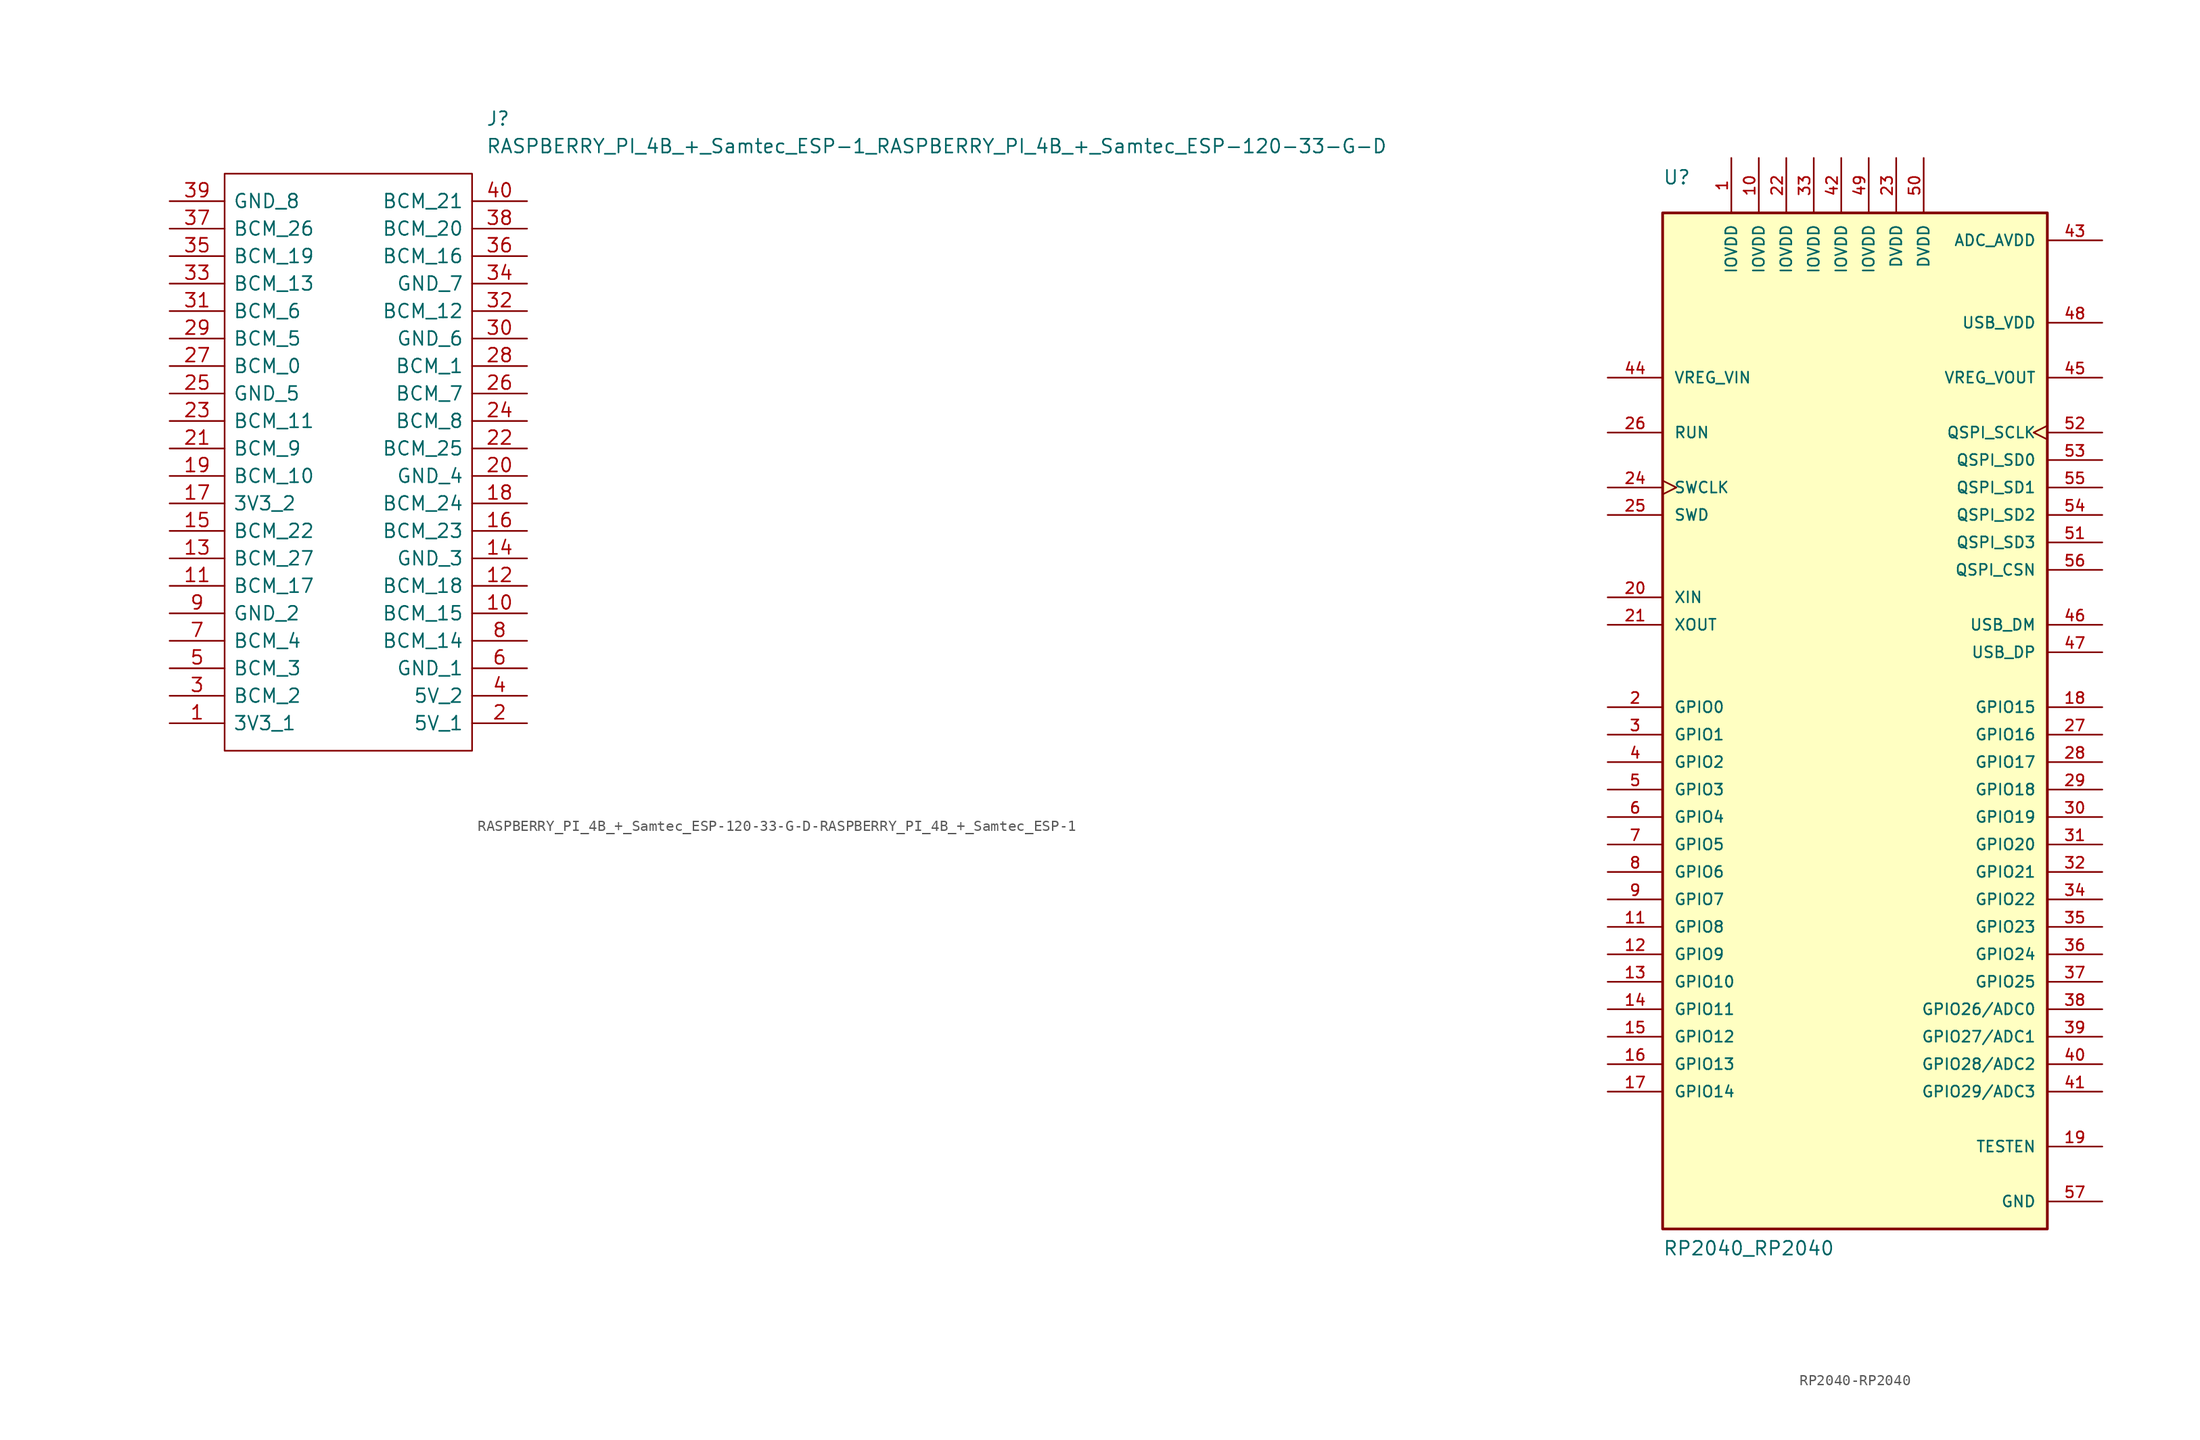
<source format=kicad_sym>
(kicad_symbol_lib
  (version 20220914)
  (generator kicad_symbol_editor)
  (symbol "RASPBERRY_PI_4B_+_Samtec_ESP-120-33-G-D-RASPBERRY_PI_4B_+_Samtec_ESP-1"
    (pin_names
      (offset 0.762))
    (property "Reference" "J"
      (at 29.21 7.62 0)
      (effects (font (size 1.27 1.27)) (justify left)))
    (property "Value" "RASPBERRY_PI_4B_+_Samtec_ESP-1_RASPBERRY_PI_4B_+_Samtec_ESP-120-33-G-D"
      (at 29.21 5.08 0)
      (effects (font (size 1.27 1.27)) (justify left)))
    (symbol "RASPBERRY_PI_4B_+_Samtec_ESP-120-33-G-D-RASPBERRY_PI_4B_+_Samtec_ESP-1_0_0"
      (pin power_in line (at 0 -48.26 0) (length 5.08) (name "3V3_1" (effects (font (size 1.27 1.27)))) (number "1" (effects (font (size 1.27 1.27)))))
      (pin passive line (at 33.02 -38.1 180) (length 5.08) (name "BCM_15" (effects (font (size 1.27 1.27)))) (number "10" (effects (font (size 1.27 1.27)))))
      (pin passive line (at 0 -35.56 0) (length 5.08) (name "BCM_17" (effects (font (size 1.27 1.27)))) (number "11" (effects (font (size 1.27 1.27)))))
      (pin passive line (at 33.02 -35.56 180) (length 5.08) (name "BCM_18" (effects (font (size 1.27 1.27)))) (number "12" (effects (font (size 1.27 1.27)))))
      (pin passive line (at 0 -33.02 0) (length 5.08) (name "BCM_27" (effects (font (size 1.27 1.27)))) (number "13" (effects (font (size 1.27 1.27)))))
      (pin power_in line (at 33.02 -33.02 180) (length 5.08) (name "GND_3" (effects (font (size 1.27 1.27)))) (number "14" (effects (font (size 1.27 1.27)))))
      (pin passive line (at 0 -30.48 0) (length 5.08) (name "BCM_22" (effects (font (size 1.27 1.27)))) (number "15" (effects (font (size 1.27 1.27)))))
      (pin passive line (at 33.02 -30.48 180) (length 5.08) (name "BCM_23" (effects (font (size 1.27 1.27)))) (number "16" (effects (font (size 1.27 1.27)))))
      (pin power_in line (at 0 -27.94 0) (length 5.08) (name "3V3_2" (effects (font (size 1.27 1.27)))) (number "17" (effects (font (size 1.27 1.27)))))
      (pin passive line (at 33.02 -27.94 180) (length 5.08) (name "BCM_24" (effects (font (size 1.27 1.27)))) (number "18" (effects (font (size 1.27 1.27)))))
      (pin passive line (at 0 -25.4 0) (length 5.08) (name "BCM_10" (effects (font (size 1.27 1.27)))) (number "19" (effects (font (size 1.27 1.27)))))
      (pin power_in line (at 33.02 -48.26 180) (length 5.08) (name "5V_1" (effects (font (size 1.27 1.27)))) (number "2" (effects (font (size 1.27 1.27)))))
      (pin power_in line (at 33.02 -25.4 180) (length 5.08) (name "GND_4" (effects (font (size 1.27 1.27)))) (number "20" (effects (font (size 1.27 1.27)))))
      (pin passive line (at 0 -22.86 0) (length 5.08) (name "BCM_9" (effects (font (size 1.27 1.27)))) (number "21" (effects (font (size 1.27 1.27)))))
      (pin passive line (at 33.02 -22.86 180) (length 5.08) (name "BCM_25" (effects (font (size 1.27 1.27)))) (number "22" (effects (font (size 1.27 1.27)))))
      (pin passive line (at 0 -20.32 0) (length 5.08) (name "BCM_11" (effects (font (size 1.27 1.27)))) (number "23" (effects (font (size 1.27 1.27)))))
      (pin passive line (at 33.02 -20.32 180) (length 5.08) (name "BCM_8" (effects (font (size 1.27 1.27)))) (number "24" (effects (font (size 1.27 1.27)))))
      (pin power_in line (at 0 -17.78 0) (length 5.08) (name "GND_5" (effects (font (size 1.27 1.27)))) (number "25" (effects (font (size 1.27 1.27)))))
      (pin passive line (at 33.02 -17.78 180) (length 5.08) (name "BCM_7" (effects (font (size 1.27 1.27)))) (number "26" (effects (font (size 1.27 1.27)))))
      (pin passive line (at 0 -15.24 0) (length 5.08) (name "BCM_0" (effects (font (size 1.27 1.27)))) (number "27" (effects (font (size 1.27 1.27)))))
      (pin passive line (at 33.02 -15.24 180) (length 5.08) (name "BCM_1" (effects (font (size 1.27 1.27)))) (number "28" (effects (font (size 1.27 1.27)))))
      (pin passive line (at 0 -12.7 0) (length 5.08) (name "BCM_5" (effects (font (size 1.27 1.27)))) (number "29" (effects (font (size 1.27 1.27)))))
      (pin passive line (at 0 -45.72 0) (length 5.08) (name "BCM_2" (effects (font (size 1.27 1.27)))) (number "3" (effects (font (size 1.27 1.27)))))
      (pin power_in line (at 33.02 -12.7 180) (length 5.08) (name "GND_6" (effects (font (size 1.27 1.27)))) (number "30" (effects (font (size 1.27 1.27)))))
      (pin passive line (at 0 -10.16 0) (length 5.08) (name "BCM_6" (effects (font (size 1.27 1.27)))) (number "31" (effects (font (size 1.27 1.27)))))
      (pin passive line (at 33.02 -10.16 180) (length 5.08) (name "BCM_12" (effects (font (size 1.27 1.27)))) (number "32" (effects (font (size 1.27 1.27)))))
      (pin passive line (at 0 -7.62 0) (length 5.08) (name "BCM_13" (effects (font (size 1.27 1.27)))) (number "33" (effects (font (size 1.27 1.27)))))
      (pin power_in line (at 33.02 -7.62 180) (length 5.08) (name "GND_7" (effects (font (size 1.27 1.27)))) (number "34" (effects (font (size 1.27 1.27)))))
      (pin passive line (at 0 -5.08 0) (length 5.08) (name "BCM_19" (effects (font (size 1.27 1.27)))) (number "35" (effects (font (size 1.27 1.27)))))
      (pin passive line (at 33.02 -5.08 180) (length 5.08) (name "BCM_16" (effects (font (size 1.27 1.27)))) (number "36" (effects (font (size 1.27 1.27)))))
      (pin passive line (at 0 -2.54 0) (length 5.08) (name "BCM_26" (effects (font (size 1.27 1.27)))) (number "37" (effects (font (size 1.27 1.27)))))
      (pin passive line (at 33.02 -2.54 180) (length 5.08) (name "BCM_20" (effects (font (size 1.27 1.27)))) (number "38" (effects (font (size 1.27 1.27)))))
      (pin power_in line (at 0 0 0) (length 5.08) (name "GND_8" (effects (font (size 1.27 1.27)))) (number "39" (effects (font (size 1.27 1.27)))))
      (pin power_in line (at 33.02 -45.72 180) (length 5.08) (name "5V_2" (effects (font (size 1.27 1.27)))) (number "4" (effects (font (size 1.27 1.27)))))
      (pin passive line (at 33.02 0 180) (length 5.08) (name "BCM_21" (effects (font (size 1.27 1.27)))) (number "40" (effects (font (size 1.27 1.27)))))
      (pin passive line (at 0 -43.18 0) (length 5.08) (name "BCM_3" (effects (font (size 1.27 1.27)))) (number "5" (effects (font (size 1.27 1.27)))))
      (pin power_in line (at 33.02 -43.18 180) (length 5.08) (name "GND_1" (effects (font (size 1.27 1.27)))) (number "6" (effects (font (size 1.27 1.27)))))
      (pin passive line (at 0 -40.64 0) (length 5.08) (name "BCM_4" (effects (font (size 1.27 1.27)))) (number "7" (effects (font (size 1.27 1.27)))))
      (pin passive line (at 33.02 -40.64 180) (length 5.08) (name "BCM_14" (effects (font (size 1.27 1.27)))) (number "8" (effects (font (size 1.27 1.27)))))
      (pin power_in line (at 0 -38.1 0) (length 5.08) (name "GND_2" (effects (font (size 1.27 1.27)))) (number "9" (effects (font (size 1.27 1.27))))))
    (symbol "RASPBERRY_PI_4B_+_Samtec_ESP-120-33-G-D-RASPBERRY_PI_4B_+_Samtec_ESP-1_0_1"
      (polyline (pts (xy 5.08 2.54) (xy 27.94 2.54) (xy 27.94 -50.8) (xy 5.08 -50.8) (xy 5.08 2.54)) (stroke (width 0.152) (type solid)) (fill (type none)))))
  (symbol "RP2040-RP2040"
    (pin_names
      (offset 1.016))
    (property "Reference" "U"
      (at -17.78 50.8 0)
      (effects (font (size 1.27 1.27)) (justify left bottom)))
    (property "Value" "RP2040_RP2040"
      (at -17.78 -48.26 0)
      (effects (font (size 1.27 1.27)) (justify left bottom)))
    (property "ki_locked" ""
      (at 0 0 0)
      (effects (font (size 1.27 1.27))))
    (symbol "RP2040-RP2040_0_0"
      (rectangle (start -17.78 -45.72) (end 17.78 48.26) (stroke (width 0.254) (type solid)) (fill (type background)))
      (pin power_in line (at -11.43 53.34 270) (length 5.08) (name "IOVDD" (effects (font (size 1.016 1.016)))) (number "1" (effects (font (size 1.016 1.016)))))
      (pin power_in line (at -8.89 53.34 270) (length 5.08) (name "IOVDD" (effects (font (size 1.016 1.016)))) (number "10" (effects (font (size 1.016 1.016)))))
      (pin bidirectional line (at -22.86 -17.78 0) (length 5.08) (name "GPIO8" (effects (font (size 1.016 1.016)))) (number "11" (effects (font (size 1.016 1.016)))))
      (pin bidirectional line (at -22.86 -20.32 0) (length 5.08) (name "GPIO9" (effects (font (size 1.016 1.016)))) (number "12" (effects (font (size 1.016 1.016)))))
      (pin bidirectional line (at -22.86 -22.86 0) (length 5.08) (name "GPIO10" (effects (font (size 1.016 1.016)))) (number "13" (effects (font (size 1.016 1.016)))))
      (pin bidirectional line (at -22.86 -25.4 0) (length 5.08) (name "GPIO11" (effects (font (size 1.016 1.016)))) (number "14" (effects (font (size 1.016 1.016)))))
      (pin bidirectional line (at -22.86 -27.94 0) (length 5.08) (name "GPIO12" (effects (font (size 1.016 1.016)))) (number "15" (effects (font (size 1.016 1.016)))))
      (pin bidirectional line (at -22.86 -30.48 0) (length 5.08) (name "GPIO13" (effects (font (size 1.016 1.016)))) (number "16" (effects (font (size 1.016 1.016)))))
      (pin bidirectional line (at -22.86 -33.02 0) (length 5.08) (name "GPIO14" (effects (font (size 1.016 1.016)))) (number "17" (effects (font (size 1.016 1.016)))))
      (pin bidirectional line (at 22.86 2.54 180) (length 5.08) (name "GPIO15" (effects (font (size 1.016 1.016)))) (number "18" (effects (font (size 1.016 1.016)))))
      (pin passive line (at 22.86 -38.1 180) (length 5.08) (name "TESTEN" (effects (font (size 1.016 1.016)))) (number "19" (effects (font (size 1.016 1.016)))))
      (pin bidirectional line (at -22.86 2.54 0) (length 5.08) (name "GPIO0" (effects (font (size 1.016 1.016)))) (number "2" (effects (font (size 1.016 1.016)))))
      (pin input line (at -22.86 12.7 0) (length 5.08) (name "XIN" (effects (font (size 1.016 1.016)))) (number "20" (effects (font (size 1.016 1.016)))))
      (pin output line (at -22.86 10.16 0) (length 5.08) (name "XOUT" (effects (font (size 1.016 1.016)))) (number "21" (effects (font (size 1.016 1.016)))))
      (pin power_in line (at -6.35 53.34 270) (length 5.08) (name "IOVDD" (effects (font (size 1.016 1.016)))) (number "22" (effects (font (size 1.016 1.016)))))
      (pin power_in line (at 3.81 53.34 270) (length 5.08) (name "DVDD" (effects (font (size 1.016 1.016)))) (number "23" (effects (font (size 1.016 1.016)))))
      (pin input clock (at -22.86 22.86 0) (length 5.08) (name "SWCLK" (effects (font (size 1.016 1.016)))) (number "24" (effects (font (size 1.016 1.016)))))
      (pin bidirectional line (at -22.86 20.32 0) (length 5.08) (name "SWD" (effects (font (size 1.016 1.016)))) (number "25" (effects (font (size 1.016 1.016)))))
      (pin input line (at -22.86 27.94 0) (length 5.08) (name "RUN" (effects (font (size 1.016 1.016)))) (number "26" (effects (font (size 1.016 1.016)))))
      (pin bidirectional line (at 22.86 0 180) (length 5.08) (name "GPIO16" (effects (font (size 1.016 1.016)))) (number "27" (effects (font (size 1.016 1.016)))))
      (pin bidirectional line (at 22.86 -2.54 180) (length 5.08) (name "GPIO17" (effects (font (size 1.016 1.016)))) (number "28" (effects (font (size 1.016 1.016)))))
      (pin bidirectional line (at 22.86 -5.08 180) (length 5.08) (name "GPIO18" (effects (font (size 1.016 1.016)))) (number "29" (effects (font (size 1.016 1.016)))))
      (pin bidirectional line (at -22.86 0 0) (length 5.08) (name "GPIO1" (effects (font (size 1.016 1.016)))) (number "3" (effects (font (size 1.016 1.016)))))
      (pin bidirectional line (at 22.86 -7.62 180) (length 5.08) (name "GPIO19" (effects (font (size 1.016 1.016)))) (number "30" (effects (font (size 1.016 1.016)))))
      (pin bidirectional line (at 22.86 -10.16 180) (length 5.08) (name "GPIO20" (effects (font (size 1.016 1.016)))) (number "31" (effects (font (size 1.016 1.016)))))
      (pin bidirectional line (at 22.86 -12.7 180) (length 5.08) (name "GPIO21" (effects (font (size 1.016 1.016)))) (number "32" (effects (font (size 1.016 1.016)))))
      (pin power_in line (at -3.81 53.34 270) (length 5.08) (name "IOVDD" (effects (font (size 1.016 1.016)))) (number "33" (effects (font (size 1.016 1.016)))))
      (pin bidirectional line (at 22.86 -15.24 180) (length 5.08) (name "GPIO22" (effects (font (size 1.016 1.016)))) (number "34" (effects (font (size 1.016 1.016)))))
      (pin bidirectional line (at 22.86 -17.78 180) (length 5.08) (name "GPIO23" (effects (font (size 1.016 1.016)))) (number "35" (effects (font (size 1.016 1.016)))))
      (pin bidirectional line (at 22.86 -20.32 180) (length 5.08) (name "GPIO24" (effects (font (size 1.016 1.016)))) (number "36" (effects (font (size 1.016 1.016)))))
      (pin bidirectional line (at 22.86 -22.86 180) (length 5.08) (name "GPIO25" (effects (font (size 1.016 1.016)))) (number "37" (effects (font (size 1.016 1.016)))))
      (pin bidirectional line (at 22.86 -25.4 180) (length 5.08) (name "GPIO26/ADC0" (effects (font (size 1.016 1.016)))) (number "38" (effects (font (size 1.016 1.016)))))
      (pin bidirectional line (at 22.86 -27.94 180) (length 5.08) (name "GPIO27/ADC1" (effects (font (size 1.016 1.016)))) (number "39" (effects (font (size 1.016 1.016)))))
      (pin bidirectional line (at -22.86 -2.54 0) (length 5.08) (name "GPIO2" (effects (font (size 1.016 1.016)))) (number "4" (effects (font (size 1.016 1.016)))))
      (pin bidirectional line (at 22.86 -30.48 180) (length 5.08) (name "GPIO28/ADC2" (effects (font (size 1.016 1.016)))) (number "40" (effects (font (size 1.016 1.016)))))
      (pin bidirectional line (at 22.86 -33.02 180) (length 5.08) (name "GPIO29/ADC3" (effects (font (size 1.016 1.016)))) (number "41" (effects (font (size 1.016 1.016)))))
      (pin power_in line (at -1.27 53.34 270) (length 5.08) (name "IOVDD" (effects (font (size 1.016 1.016)))) (number "42" (effects (font (size 1.016 1.016)))))
      (pin power_in line (at 22.86 45.72 180) (length 5.08) (name "ADC_AVDD" (effects (font (size 1.016 1.016)))) (number "43" (effects (font (size 1.016 1.016)))))
      (pin input line (at -22.86 33.02 0) (length 5.08) (name "VREG_VIN" (effects (font (size 1.016 1.016)))) (number "44" (effects (font (size 1.016 1.016)))))
      (pin output line (at 22.86 33.02 180) (length 5.08) (name "VREG_VOUT" (effects (font (size 1.016 1.016)))) (number "45" (effects (font (size 1.016 1.016)))))
      (pin bidirectional line (at 22.86 10.16 180) (length 5.08) (name "USB_DM" (effects (font (size 1.016 1.016)))) (number "46" (effects (font (size 1.016 1.016)))))
      (pin bidirectional line (at 22.86 7.62 180) (length 5.08) (name "USB_DP" (effects (font (size 1.016 1.016)))) (number "47" (effects (font (size 1.016 1.016)))))
      (pin power_in line (at 22.86 38.1 180) (length 5.08) (name "USB_VDD" (effects (font (size 1.016 1.016)))) (number "48" (effects (font (size 1.016 1.016)))))
      (pin power_in line (at 1.27 53.34 270) (length 5.08) (name "IOVDD" (effects (font (size 1.016 1.016)))) (number "49" (effects (font (size 1.016 1.016)))))
      (pin bidirectional line (at -22.86 -5.08 0) (length 5.08) (name "GPIO3" (effects (font (size 1.016 1.016)))) (number "5" (effects (font (size 1.016 1.016)))))
      (pin power_in line (at 6.35 53.34 270) (length 5.08) (name "DVDD" (effects (font (size 1.016 1.016)))) (number "50" (effects (font (size 1.016 1.016)))))
      (pin bidirectional line (at 22.86 17.78 180) (length 5.08) (name "QSPI_SD3" (effects (font (size 1.016 1.016)))) (number "51" (effects (font (size 1.016 1.016)))))
      (pin bidirectional clock (at 22.86 27.94 180) (length 5.08) (name "QSPI_SCLK" (effects (font (size 1.016 1.016)))) (number "52" (effects (font (size 1.016 1.016)))))
      (pin bidirectional line (at 22.86 25.4 180) (length 5.08) (name "QSPI_SD0" (effects (font (size 1.016 1.016)))) (number "53" (effects (font (size 1.016 1.016)))))
      (pin bidirectional line (at 22.86 20.32 180) (length 5.08) (name "QSPI_SD2" (effects (font (size 1.016 1.016)))) (number "54" (effects (font (size 1.016 1.016)))))
      (pin bidirectional line (at 22.86 22.86 180) (length 5.08) (name "QSPI_SD1" (effects (font (size 1.016 1.016)))) (number "55" (effects (font (size 1.016 1.016)))))
      (pin bidirectional line (at 22.86 15.24 180) (length 5.08) (name "QSPI_CSN" (effects (font (size 1.016 1.016)))) (number "56" (effects (font (size 1.016 1.016)))))
      (pin power_in line (at 22.86 -43.18 180) (length 5.08) (name "GND" (effects (font (size 1.016 1.016)))) (number "57" (effects (font (size 1.016 1.016)))))
      (pin bidirectional line (at -22.86 -7.62 0) (length 5.08) (name "GPIO4" (effects (font (size 1.016 1.016)))) (number "6" (effects (font (size 1.016 1.016)))))
      (pin bidirectional line (at -22.86 -10.16 0) (length 5.08) (name "GPIO5" (effects (font (size 1.016 1.016)))) (number "7" (effects (font (size 1.016 1.016)))))
      (pin bidirectional line (at -22.86 -12.7 0) (length 5.08) (name "GPIO6" (effects (font (size 1.016 1.016)))) (number "8" (effects (font (size 1.016 1.016)))))
      (pin bidirectional line (at -22.86 -15.24 0) (length 5.08) (name "GPIO7" (effects (font (size 1.016 1.016)))) (number "9" (effects (font (size 1.016 1.016))))))))
</source>
